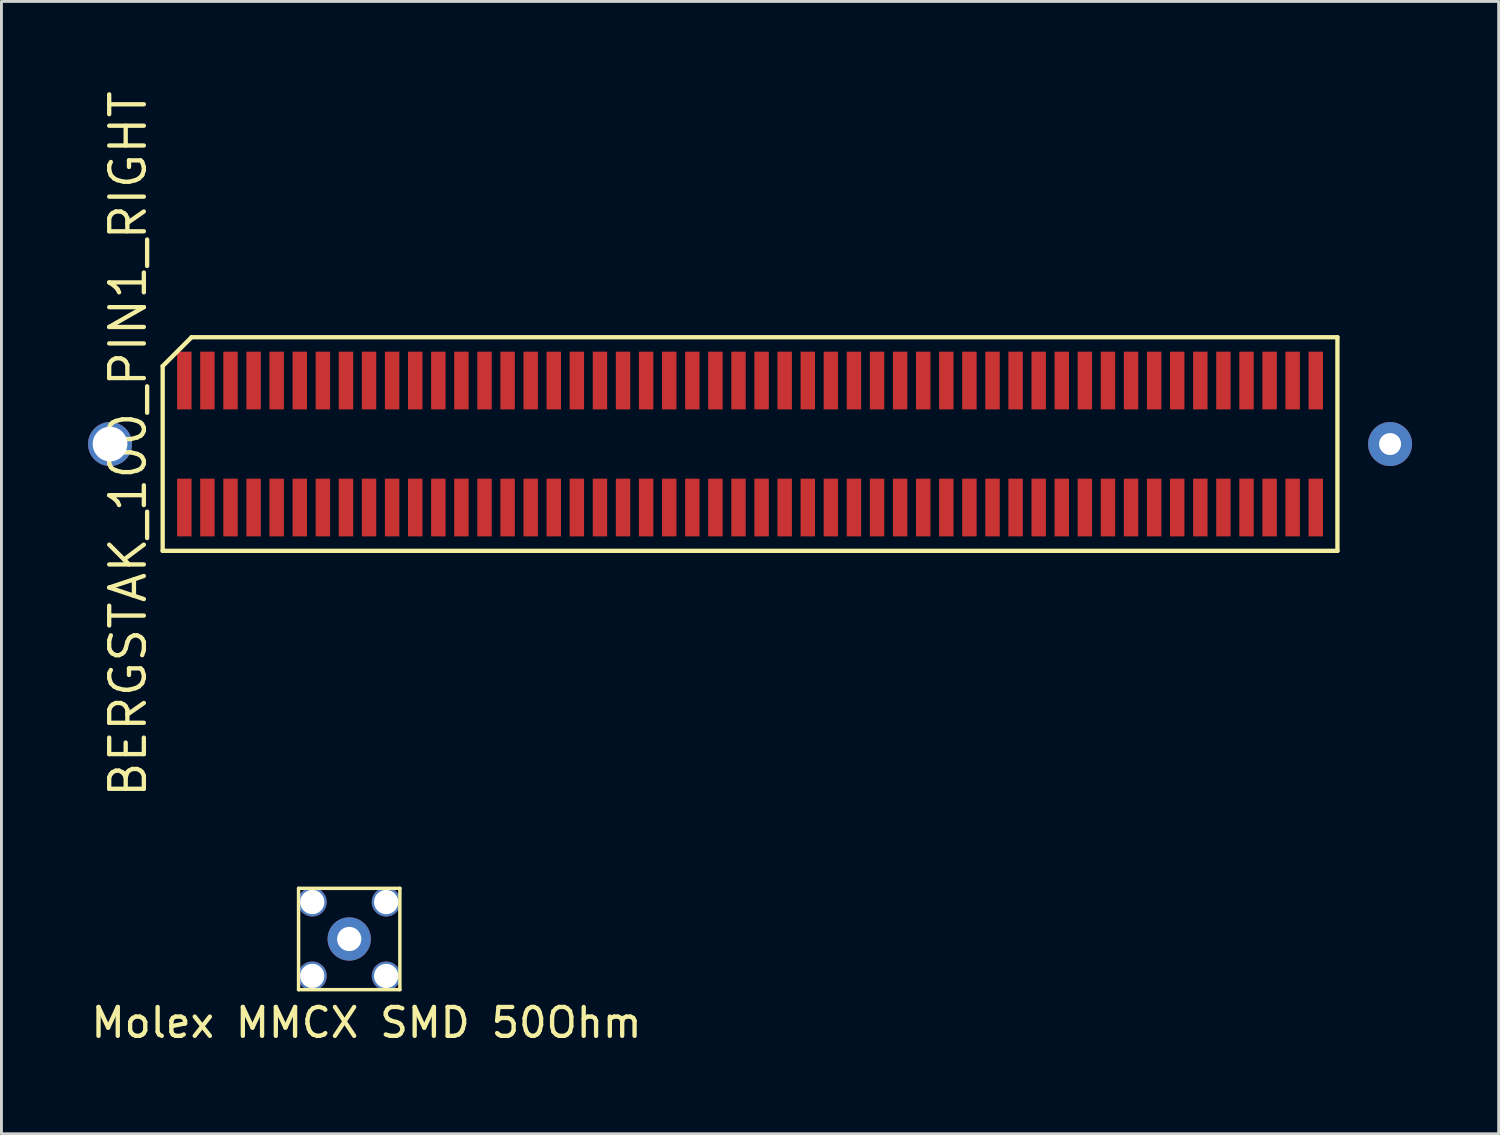
<source format=kicad_pcb>
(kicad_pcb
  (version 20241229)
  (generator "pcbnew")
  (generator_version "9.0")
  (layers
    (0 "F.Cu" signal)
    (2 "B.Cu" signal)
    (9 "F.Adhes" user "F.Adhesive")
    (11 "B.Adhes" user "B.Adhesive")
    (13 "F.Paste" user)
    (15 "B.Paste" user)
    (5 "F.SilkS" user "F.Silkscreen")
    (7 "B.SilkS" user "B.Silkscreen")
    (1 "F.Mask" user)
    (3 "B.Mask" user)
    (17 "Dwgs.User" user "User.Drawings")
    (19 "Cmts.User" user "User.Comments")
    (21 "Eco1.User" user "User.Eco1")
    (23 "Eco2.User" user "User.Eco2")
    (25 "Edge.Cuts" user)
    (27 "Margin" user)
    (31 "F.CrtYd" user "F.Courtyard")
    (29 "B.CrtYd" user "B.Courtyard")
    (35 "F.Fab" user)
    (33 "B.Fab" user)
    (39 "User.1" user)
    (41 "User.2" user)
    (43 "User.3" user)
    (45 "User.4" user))
  (footprint "Molex MMCX SMD 50Ohm"
    (layer "F.Cu")
    (at 9.049 29.482)
    (property "Reference" "Molex MMCX SMD 50Ohm" (at 0.6 2.9 0) (layer "F.SilkS") (effects (font (size 1 1) (thickness 0.15))))
    (attr through_hole)
    (fp_line (start -1.755 -1.755) (end -1.755 1.755) (stroke (width 0.12) (type solid)) (layer "F.SilkS"))
    (fp_line (start -1.755 -1.755) (end 1.755 -1.755) (stroke (width 0.12) (type solid)) (layer "F.SilkS"))
    (fp_line (start -1.755 1.755) (end 1.755 1.755) (stroke (width 0.12) (type solid)) (layer "F.SilkS"))
    (fp_line (start 1.755 -1.755) (end 1.755 1.755) (stroke (width 0.12) (type solid)) (layer "F.SilkS"))
    (pad "1" thru_hole circle (at -1.28 -1.28) (size 1 1) (drill 0.84) (layers "*.Cu" "*.Mask"))
    (pad "1" thru_hole circle (at -1.28 1.28) (size 1 1) (drill 0.84) (layers "*.Cu" "*.Mask"))
    (pad "1" thru_hole circle (at 0 0) (size 1.5 1.5) (drill 0.84) (layers "*.Cu" "*.Mask"))
    (pad "1" thru_hole circle (at 1.28 -1.28) (size 1 1) (drill 0.84) (layers "*.Cu" "*.Mask"))
    (pad "1" thru_hole circle (at 1.28 1.28) (size 1 1) (drill 0.84) (layers "*.Cu" "*.Mask")))
  (footprint "BERGSTAK_100_PIN1_RIGHT"
    (layer "F.Cu")
    (at 22.936 12.334)
    (property "Reference" "BERGSTAK_100_PIN1_RIGHT" (at -21.55 0 90) (layer "F.SilkS") (effects (font (size 1.2 1.2) (thickness 0.15))))
    (attr through_hole)
    (fp_line (start -20.35 -2.7) (end -20.35 3.7) (stroke (width 0.15) (type solid)) (layer "F.SilkS"))
    (fp_line (start -20.35 3.7) (end 20.35 3.7) (stroke (width 0.15) (type solid)) (layer "F.SilkS"))
    (fp_line (start -19.35 -3.7) (end -20.35 -2.7) (stroke (width 0.15) (type solid)) (layer "F.SilkS"))
    (fp_line (start 20.35 -3.7) (end -19.35 -3.7) (stroke (width 0.15) (type solid)) (layer "F.SilkS"))
    (fp_line (start 20.35 3.7) (end 20.35 -3.7) (stroke (width 0.15) (type solid)) (layer "F.SilkS"))
    (pad "" thru_hole circle (at -22.174 0) (size 1.524 1.524) (drill 1.2) (layers "*.Cu" "*.Mask"))
    (pad "1" smd rect (at -19.6 2.2) (size 0.5 2) (layers "F.Cu" "F.Mask" "F.Paste"))
    (pad "2" smd rect (at -18.8 2.2) (size 0.5 2) (layers "F.Cu" "F.Mask" "F.Paste"))
    (pad "2" thru_hole circle (at 22.174 0) (size 1.524 1.524) (drill 0.762) (layers "*.Cu" "*.Mask"))
    (pad "3" smd rect (at -18 2.2) (size 0.5 2) (layers "F.Cu" "F.Mask" "F.Paste"))
    (pad "4" smd rect (at -17.2 2.2) (size 0.5 2) (layers "F.Cu" "F.Mask" "F.Paste"))
    (pad "5" smd rect (at -16.4 2.2) (size 0.5 2) (layers "F.Cu" "F.Mask" "F.Paste"))
    (pad "6" smd rect (at -15.6 2.2) (size 0.5 2) (layers "F.Cu" "F.Mask" "F.Paste"))
    (pad "7" smd rect (at -14.8 2.2) (size 0.5 2) (layers "F.Cu" "F.Mask" "F.Paste"))
    (pad "8" smd rect (at -14 2.2) (size 0.5 2) (layers "F.Cu" "F.Mask" "F.Paste"))
    (pad "9" smd rect (at -13.2 2.2) (size 0.5 2) (layers "F.Cu" "F.Mask" "F.Paste"))
    (pad "10" smd rect (at -12.4 2.2) (size 0.5 2) (layers "F.Cu" "F.Mask" "F.Paste"))
    (pad "11" smd rect (at -11.6 2.2) (size 0.5 2) (layers "F.Cu" "F.Mask" "F.Paste"))
    (pad "12" smd rect (at -10.8 2.2) (size 0.5 2) (layers "F.Cu" "F.Mask" "F.Paste"))
    (pad "13" smd rect (at -10 2.2) (size 0.5 2) (layers "F.Cu" "F.Mask" "F.Paste"))
    (pad "14" smd rect (at -9.2 2.2) (size 0.5 2) (layers "F.Cu" "F.Mask" "F.Paste"))
    (pad "15" smd rect (at -8.4 2.2) (size 0.5 2) (layers "F.Cu" "F.Mask" "F.Paste"))
    (pad "16" smd rect (at -7.6 2.2) (size 0.5 2) (layers "F.Cu" "F.Mask" "F.Paste"))
    (pad "17" smd rect (at -6.8 2.2) (size 0.5 2) (layers "F.Cu" "F.Mask" "F.Paste"))
    (pad "18" smd rect (at -6 2.2) (size 0.5 2) (layers "F.Cu" "F.Mask" "F.Paste"))
    (pad "19" smd rect (at -5.2 2.2) (size 0.5 2) (layers "F.Cu" "F.Mask" "F.Paste"))
    (pad "20" smd rect (at -4.4 2.2) (size 0.5 2) (layers "F.Cu" "F.Mask" "F.Paste"))
    (pad "21" smd rect (at -3.6 2.2) (size 0.5 2) (layers "F.Cu" "F.Mask" "F.Paste"))
    (pad "22" smd rect (at -2.8 2.2) (size 0.5 2) (layers "F.Cu" "F.Mask" "F.Paste"))
    (pad "23" smd rect (at -2 2.2) (size 0.5 2) (layers "F.Cu" "F.Mask" "F.Paste"))
    (pad "24" smd rect (at -1.2 2.2) (size 0.5 2) (layers "F.Cu" "F.Mask" "F.Paste"))
    (pad "25" smd rect (at -0.4 2.2) (size 0.5 2) (layers "F.Cu" "F.Mask" "F.Paste"))
    (pad "26" smd rect (at 0.4 2.2) (size 0.5 2) (layers "F.Cu" "F.Mask" "F.Paste"))
    (pad "27" smd rect (at 1.2 2.2) (size 0.5 2) (layers "F.Cu" "F.Mask" "F.Paste"))
    (pad "28" smd rect (at 2 2.2) (size 0.5 2) (layers "F.Cu" "F.Mask" "F.Paste"))
    (pad "29" smd rect (at 2.8 2.2) (size 0.5 2) (layers "F.Cu" "F.Mask" "F.Paste"))
    (pad "30" smd rect (at 3.6 2.2) (size 0.5 2) (layers "F.Cu" "F.Mask" "F.Paste"))
    (pad "31" smd rect (at 4.4 2.2) (size 0.5 2) (layers "F.Cu" "F.Mask" "F.Paste"))
    (pad "32" smd rect (at 5.2 2.2) (size 0.5 2) (layers "F.Cu" "F.Mask" "F.Paste"))
    (pad "33" smd rect (at 6 2.2) (size 0.5 2) (layers "F.Cu" "F.Mask" "F.Paste"))
    (pad "34" smd rect (at 6.8 2.2) (size 0.5 2) (layers "F.Cu" "F.Mask" "F.Paste"))
    (pad "35" smd rect (at 7.6 2.2) (size 0.5 2) (layers "F.Cu" "F.Mask" "F.Paste"))
    (pad "36" smd rect (at 8.4 2.2) (size 0.5 2) (layers "F.Cu" "F.Mask" "F.Paste"))
    (pad "37" smd rect (at 9.2 2.2) (size 0.5 2) (layers "F.Cu" "F.Mask" "F.Paste"))
    (pad "38" smd rect (at 10 2.2) (size 0.5 2) (layers "F.Cu" "F.Mask" "F.Paste"))
    (pad "39" smd rect (at 10.8 2.2) (size 0.5 2) (layers "F.Cu" "F.Mask" "F.Paste"))
    (pad "40" smd rect (at 11.6 2.2) (size 0.5 2) (layers "F.Cu" "F.Mask" "F.Paste"))
    (pad "41" smd rect (at 12.4 2.2) (size 0.5 2) (layers "F.Cu" "F.Mask" "F.Paste"))
    (pad "42" smd rect (at 13.2 2.2) (size 0.5 2) (layers "F.Cu" "F.Mask" "F.Paste"))
    (pad "43" smd rect (at 14 2.2) (size 0.5 2) (layers "F.Cu" "F.Mask" "F.Paste"))
    (pad "44" smd rect (at 14.8 2.2) (size 0.5 2) (layers "F.Cu" "F.Mask" "F.Paste"))
    (pad "45" smd rect (at 15.6 2.2) (size 0.5 2) (layers "F.Cu" "F.Mask" "F.Paste"))
    (pad "46" smd rect (at 16.4 2.2) (size 0.5 2) (layers "F.Cu" "F.Mask" "F.Paste"))
    (pad "47" smd rect (at 17.2 2.2) (size 0.5 2) (layers "F.Cu" "F.Mask" "F.Paste"))
    (pad "48" smd rect (at 18 2.2) (size 0.5 2) (layers "F.Cu" "F.Mask" "F.Paste"))
    (pad "49" smd rect (at 18.8 2.2) (size 0.5 2) (layers "F.Cu" "F.Mask" "F.Paste"))
    (pad "50" smd rect (at 19.6 2.2) (size 0.5 2) (layers "F.Cu" "F.Mask" "F.Paste"))
    (pad "51" smd rect (at 19.6 -2.2) (size 0.5 2) (layers "F.Cu" "F.Mask" "F.Paste"))
    (pad "52" smd rect (at 18.8 -2.2) (size 0.5 2) (layers "F.Cu" "F.Mask" "F.Paste"))
    (pad "53" smd rect (at 18 -2.2) (size 0.5 2) (layers "F.Cu" "F.Mask" "F.Paste"))
    (pad "54" smd rect (at 17.2 -2.2) (size 0.5 2) (layers "F.Cu" "F.Mask" "F.Paste"))
    (pad "55" smd rect (at 16.4 -2.2) (size 0.5 2) (layers "F.Cu" "F.Mask" "F.Paste"))
    (pad "56" smd rect (at 15.6 -2.2) (size 0.5 2) (layers "F.Cu" "F.Mask" "F.Paste"))
    (pad "57" smd rect (at 14.8 -2.2) (size 0.5 2) (layers "F.Cu" "F.Mask" "F.Paste"))
    (pad "58" smd rect (at 14 -2.2) (size 0.5 2) (layers "F.Cu" "F.Mask" "F.Paste"))
    (pad "59" smd rect (at 13.2 -2.2) (size 0.5 2) (layers "F.Cu" "F.Mask" "F.Paste"))
    (pad "60" smd rect (at 12.4 -2.2) (size 0.5 2) (layers "F.Cu" "F.Mask" "F.Paste"))
    (pad "61" smd rect (at 11.6 -2.2) (size 0.5 2) (layers "F.Cu" "F.Mask" "F.Paste"))
    (pad "62" smd rect (at 10.8 -2.2) (size 0.5 2) (layers "F.Cu" "F.Mask" "F.Paste"))
    (pad "63" smd rect (at 10 -2.2) (size 0.5 2) (layers "F.Cu" "F.Mask" "F.Paste"))
    (pad "64" smd rect (at 9.2 -2.2) (size 0.5 2) (layers "F.Cu" "F.Mask" "F.Paste"))
    (pad "65" smd rect (at 8.4 -2.2) (size 0.5 2) (layers "F.Cu" "F.Mask" "F.Paste"))
    (pad "66" smd rect (at 7.6 -2.2) (size 0.5 2) (layers "F.Cu" "F.Mask" "F.Paste"))
    (pad "67" smd rect (at 6.8 -2.2) (size 0.5 2) (layers "F.Cu" "F.Mask" "F.Paste"))
    (pad "68" smd rect (at 6 -2.2) (size 0.5 2) (layers "F.Cu" "F.Mask" "F.Paste"))
    (pad "69" smd rect (at 5.2 -2.2) (size 0.5 2) (layers "F.Cu" "F.Mask" "F.Paste"))
    (pad "70" smd rect (at 4.4 -2.2) (size 0.5 2) (layers "F.Cu" "F.Mask" "F.Paste"))
    (pad "71" smd rect (at 3.6 -2.2) (size 0.5 2) (layers "F.Cu" "F.Mask" "F.Paste"))
    (pad "72" smd rect (at 2.8 -2.2) (size 0.5 2) (layers "F.Cu" "F.Mask" "F.Paste"))
    (pad "73" smd rect (at 2 -2.2) (size 0.5 2) (layers "F.Cu" "F.Mask" "F.Paste"))
    (pad "74" smd rect (at 1.2 -2.2) (size 0.5 2) (layers "F.Cu" "F.Mask" "F.Paste"))
    (pad "75" smd rect (at 0.4 -2.2) (size 0.5 2) (layers "F.Cu" "F.Mask" "F.Paste"))
    (pad "76" smd rect (at -0.4 -2.2) (size 0.5 2) (layers "F.Cu" "F.Mask" "F.Paste"))
    (pad "77" smd rect (at -1.2 -2.2) (size 0.5 2) (layers "F.Cu" "F.Mask" "F.Paste"))
    (pad "78" smd rect (at -2 -2.2) (size 0.5 2) (layers "F.Cu" "F.Mask" "F.Paste"))
    (pad "79" smd rect (at -2.8 -2.2) (size 0.5 2) (layers "F.Cu" "F.Mask" "F.Paste"))
    (pad "80" smd rect (at -3.6 -2.2) (size 0.5 2) (layers "F.Cu" "F.Mask" "F.Paste"))
    (pad "81" smd rect (at -4.4 -2.2) (size 0.5 2) (layers "F.Cu" "F.Mask" "F.Paste"))
    (pad "82" smd rect (at -5.2 -2.2) (size 0.5 2) (layers "F.Cu" "F.Mask" "F.Paste"))
    (pad "83" smd rect (at -6 -2.2) (size 0.5 2) (layers "F.Cu" "F.Mask" "F.Paste"))
    (pad "84" smd rect (at -6.8 -2.2) (size 0.5 2) (layers "F.Cu" "F.Mask" "F.Paste"))
    (pad "85" smd rect (at -7.6 -2.2) (size 0.5 2) (layers "F.Cu" "F.Mask" "F.Paste"))
    (pad "86" smd rect (at -8.4 -2.2) (size 0.5 2) (layers "F.Cu" "F.Mask" "F.Paste"))
    (pad "87" smd rect (at -9.2 -2.2) (size 0.5 2) (layers "F.Cu" "F.Mask" "F.Paste"))
    (pad "88" smd rect (at -10 -2.2) (size 0.5 2) (layers "F.Cu" "F.Mask" "F.Paste"))
    (pad "89" smd rect (at -10.8 -2.2) (size 0.5 2) (layers "F.Cu" "F.Mask" "F.Paste"))
    (pad "90" smd rect (at -11.6 -2.2) (size 0.5 2) (layers "F.Cu" "F.Mask" "F.Paste"))
    (pad "91" smd rect (at -12.4 -2.2) (size 0.5 2) (layers "F.Cu" "F.Mask" "F.Paste"))
    (pad "92" smd rect (at -13.2 -2.2) (size 0.5 2) (layers "F.Cu" "F.Mask" "F.Paste"))
    (pad "93" smd rect (at -14 -2.2) (size 0.5 2) (layers "F.Cu" "F.Mask" "F.Paste"))
    (pad "94" smd rect (at -14.8 -2.2) (size 0.5 2) (layers "F.Cu" "F.Mask" "F.Paste"))
    (pad "95" smd rect (at -15.6 -2.2) (size 0.5 2) (layers "F.Cu" "F.Mask" "F.Paste"))
    (pad "96" smd rect (at -16.4 -2.2) (size 0.5 2) (layers "F.Cu" "F.Mask" "F.Paste"))
    (pad "97" smd rect (at -17.2 -2.2) (size 0.5 2) (layers "F.Cu" "F.Mask" "F.Paste"))
    (pad "98" smd rect (at -18 -2.2) (size 0.5 2) (layers "F.Cu" "F.Mask" "F.Paste"))
    (pad "99" smd rect (at -18.8 -2.2) (size 0.5 2) (layers "F.Cu" "F.Mask" "F.Paste"))
    (pad "100" smd rect (at -19.6 -2.2) (size 0.5 2) (layers "F.Cu" "F.Mask" "F.Paste")))
  (gr_rect
    (start -3 -3)
    (end 48.872 36.23)
    (stroke (width 0.1) (type default))
    (fill no)
    (layer "Edge.Cuts")))
</source>
